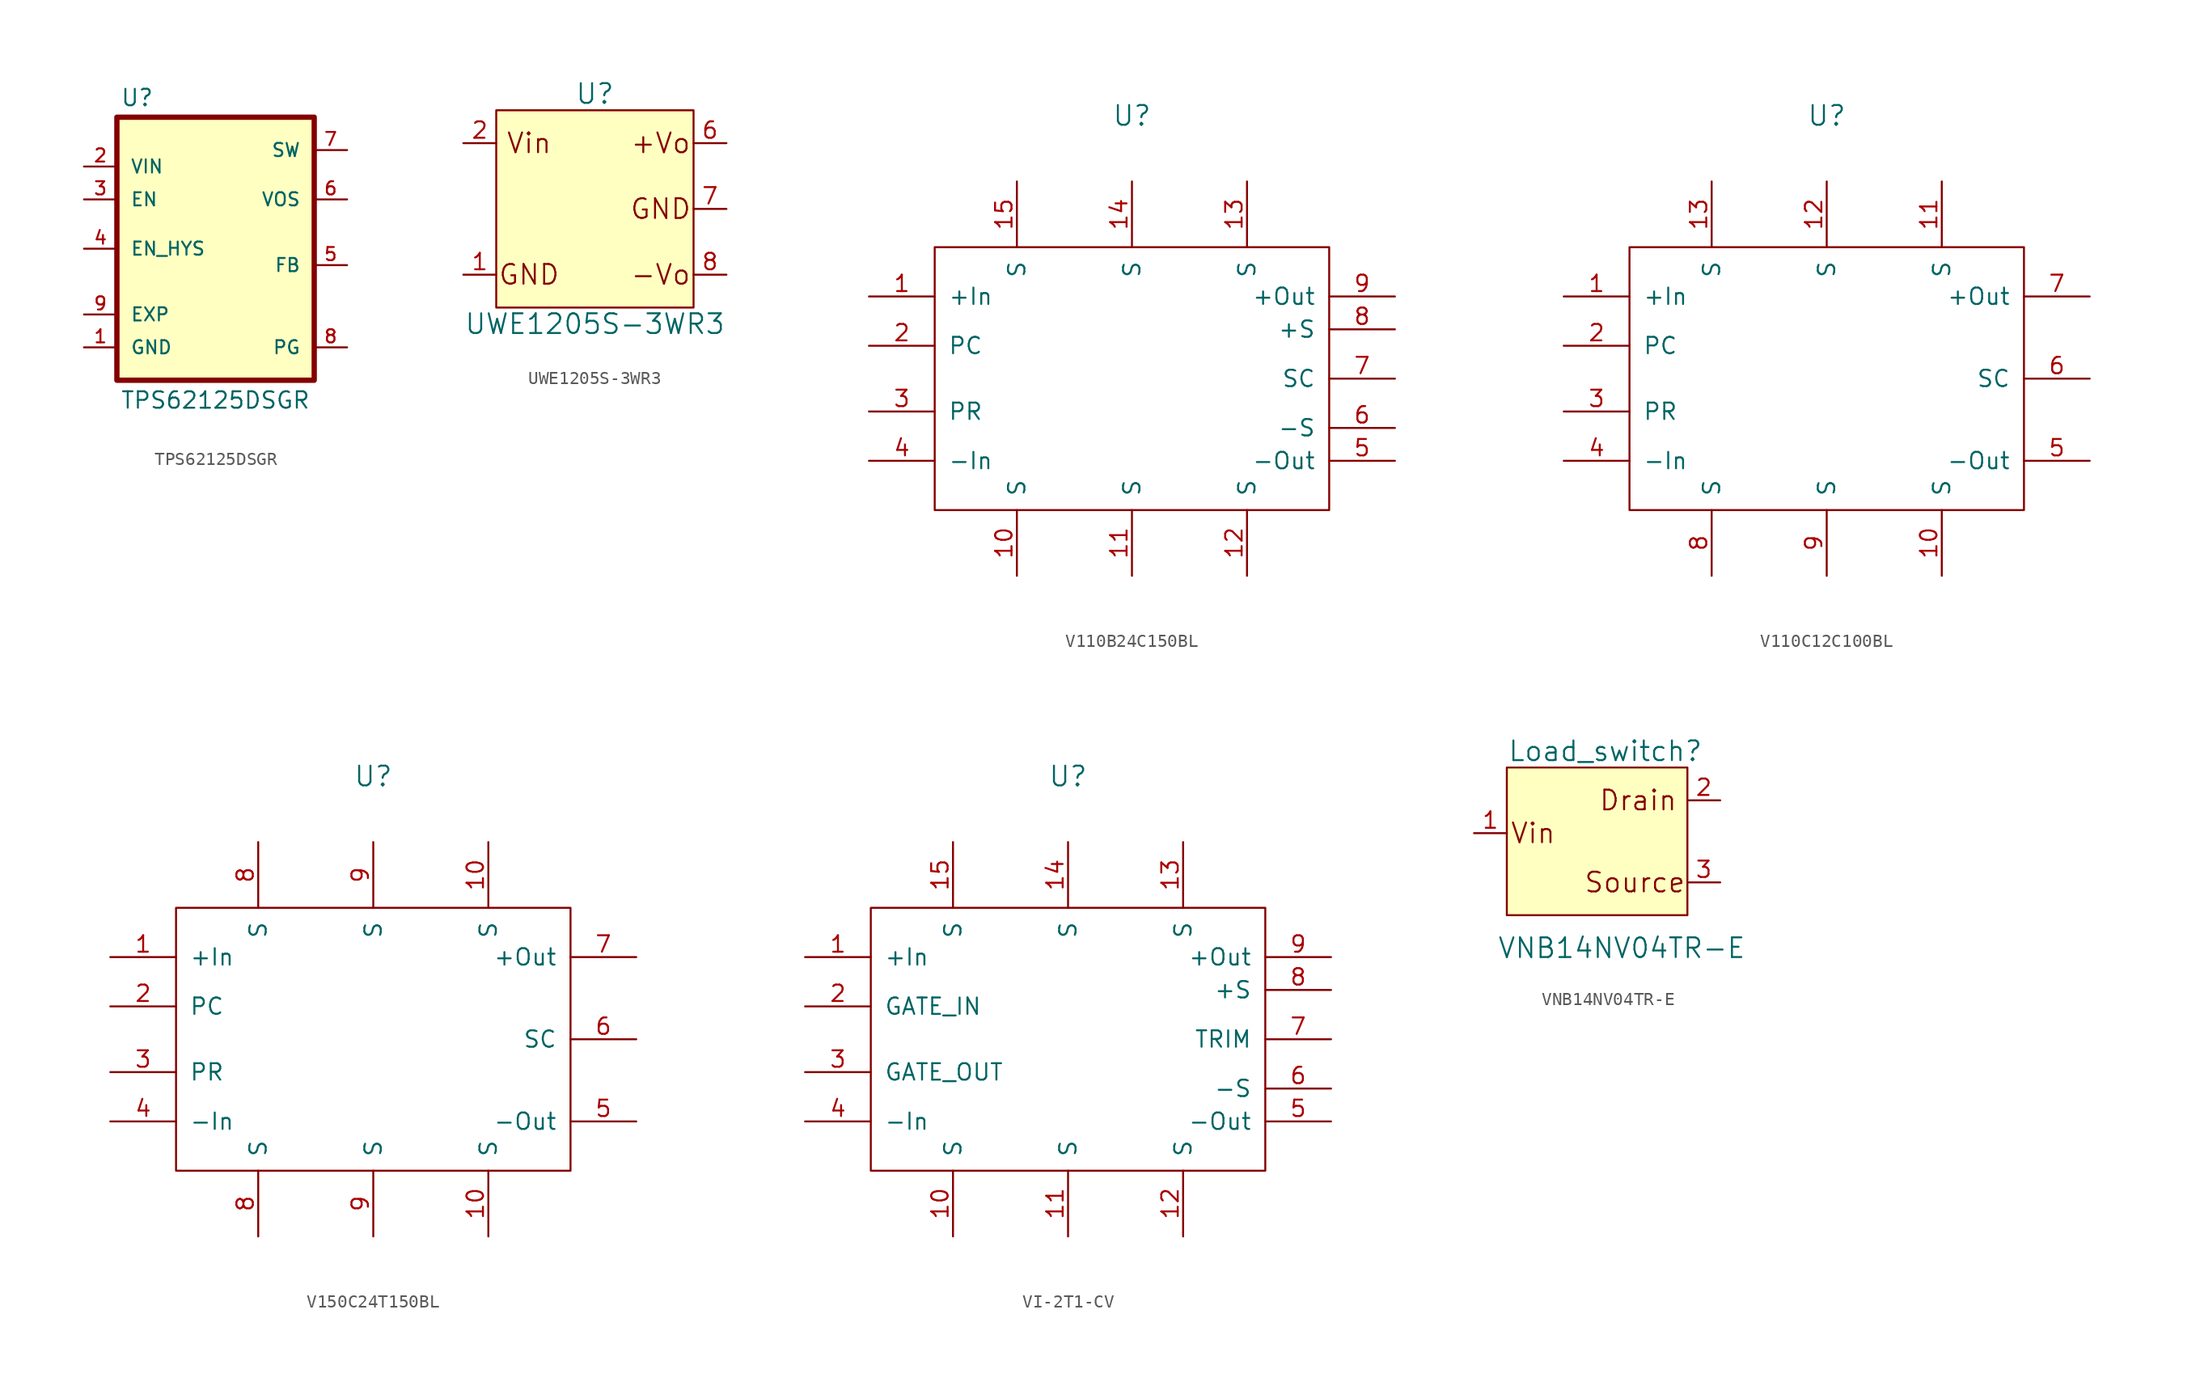
<source format=kicad_sym>
(kicad_symbol_lib
  (version 20241209)
  (generator "kicad_symbol_editor")
  (generator_version "9.0")
  (symbol "TPS62125DSGR"
    (pin_names
      (offset 1.016))
    (property "Reference" "U"
      (at -7.366 10.922 0)
      (effects (font (size 1.27 1.27)) (justify left bottom)))
    (property "Value" "TPS62125DSGR"
      (at -7.366 -12.446 0)
      (effects (font (size 1.27 1.27)) (justify left bottom)))
    (symbol "TPS62125DSGR_0_0"
      (rectangle (start -7.62 10.16) (end 7.62 -10.16) (stroke (width 0.41) (type default)) (fill (type background)))
      (pin input line (at -10.16 3.81 0) (length 2.54) (name "EN" (effects (font (size 1.016 1.016)))) (number "3" (effects (font (size 1.016 1.016)))))
      (pin output line (at -10.16 0 0) (length 2.54) (name "EN_HYS" (effects (font (size 1.016 1.016)))) (number "4" (effects (font (size 1.016 1.016)))))
      (pin passive line (at -10.16 -5.08 0) (length 2.54) (name "EXP" (effects (font (size 1.016 1.016)))) (number "9" (effects (font (size 1.016 1.016)))))
      (pin power_in line (at -10.16 -7.62 0) (length 2.54) (name "GND" (effects (font (size 1.016 1.016)))) (number "1" (effects (font (size 1.016 1.016)))))
      (pin output line (at 10.16 7.62 180) (length 2.54) (name "SW" (effects (font (size 1.016 1.016)))) (number "7" (effects (font (size 1.016 1.016)))))
      (pin input line (at 10.16 3.81 180) (length 2.54) (name "VOS" (effects (font (size 1.016 1.016)))) (number "6" (effects (font (size 1.016 1.016)))))
      (pin input line (at 10.16 -1.27 180) (length 2.54) (name "FB" (effects (font (size 1.016 1.016)))) (number "5" (effects (font (size 1.016 1.016)))))
      (pin output line (at 10.16 -7.62 180) (length 2.54) (name "PG" (effects (font (size 1.016 1.016)))) (number "8" (effects (font (size 1.016 1.016))))))
    (symbol "TPS62125DSGR_1_0"
      (pin power_in line (at -10.16 6.35 0) (length 2.54) (name "VIN" (effects (font (size 1.016 1.016)))) (number "2" (effects (font (size 1.016 1.016)))))))
  (symbol "UWE1205S-3WR3"
    (pin_names
      (offset 0)
      (hide yes))
    (property "Reference" "U"
      (at 0 8.89 0)
      (effects (font (size 1.524 1.524))))
    (property "Value" "UWE1205S-3WR3"
      (at 0 -8.89 0)
      (effects (font (size 1.524 1.524))))
    (symbol "UWE1205S-3WR3_0_0"
      (rectangle (start -7.62 7.62) (end 7.62 -7.62) (stroke (width 0) (type default)) (fill (type background)))
      (text "Vin" (at -5.08 5.08 0) (effects (font (size 1.524 1.524))))
      (text "GND" (at -5.08 -5.08 0) (effects (font (size 1.524 1.524))))
      (text "+Vo" (at 5.08 5.08 0) (effects (font (size 1.524 1.524))))
      (text "GND" (at 5.08 0 0) (effects (font (size 1.524 1.524))))
      (text "-Vo" (at 5.08 -5.08 0) (effects (font (size 1.524 1.524)))))
    (symbol "UWE1205S-3WR3_1_1"
      (pin input line (at -10.16 5.08 0) (length 2.54) (name "Vin" (effects (font (size 1.27 1.27)))) (number "2" (effects (font (size 1.27 1.27)))))
      (pin input line (at -10.16 -5.08 0) (length 2.54) (name "GND_in" (effects (font (size 1.27 1.27)))) (number "1" (effects (font (size 1.27 1.27)))))
      (pin input line (at 10.16 5.08 180) (length 2.54) (name "VOP" (effects (font (size 1.27 1.27)))) (number "6" (effects (font (size 1.27 1.27)))))
      (pin input line (at 10.16 0 180) (length 2.54) (name "GND_out" (effects (font (size 1.27 1.27)))) (number "7" (effects (font (size 1.27 1.27)))))
      (pin input line (at 10.16 -5.08 180) (length 2.54) (name "VON" (effects (font (size 1.27 1.27)))) (number "8" (effects (font (size 1.27 1.27)))))))
  (symbol "V110B24C150BL"
    (pin_names
      (offset 1.016))
    (property "Reference" "U"
      (at 0 20.32 0)
      (effects (font (size 1.524 1.524))))
    (symbol "V110B24C150BL_0_1"
      (rectangle (start -15.24 10.16) (end 15.24 -10.16) (stroke (width 0) (type default)) (fill (type none))))
    (symbol "V110B24C150BL_1_1"
      (pin input line (at -20.32 6.35 0) (length 5.08) (name "+In" (effects (font (size 1.27 1.27)))) (number "1" (effects (font (size 1.27 1.27)))))
      (pin input line (at -20.32 2.54 0) (length 5.08) (name "PC" (effects (font (size 1.27 1.27)))) (number "2" (effects (font (size 1.27 1.27)))))
      (pin input line (at -20.32 -2.54 0) (length 5.08) (name "PR" (effects (font (size 1.27 1.27)))) (number "3" (effects (font (size 1.27 1.27)))))
      (pin input line (at -20.32 -6.35 0) (length 5.08) (name "-In" (effects (font (size 1.27 1.27)))) (number "4" (effects (font (size 1.27 1.27)))))
      (pin input line (at -8.89 15.24 270) (length 5.08) (name "S" (effects (font (size 1.27 1.27)))) (number "15" (effects (font (size 1.27 1.27)))))
      (pin input line (at -8.89 -15.24 90) (length 5.08) (name "S" (effects (font (size 1.27 1.27)))) (number "10" (effects (font (size 1.27 1.27)))))
      (pin input line (at 0 15.24 270) (length 5.08) (name "S" (effects (font (size 1.27 1.27)))) (number "14" (effects (font (size 1.27 1.27)))))
      (pin input line (at 0 -15.24 90) (length 5.08) (name "S" (effects (font (size 1.27 1.27)))) (number "11" (effects (font (size 1.27 1.27)))))
      (pin input line (at 8.89 15.24 270) (length 5.08) (name "S" (effects (font (size 1.27 1.27)))) (number "13" (effects (font (size 1.27 1.27)))))
      (pin input line (at 8.89 -15.24 90) (length 5.08) (name "S" (effects (font (size 1.27 1.27)))) (number "12" (effects (font (size 1.27 1.27)))))
      (pin input line (at 20.32 6.35 180) (length 5.08) (name "+Out" (effects (font (size 1.27 1.27)))) (number "9" (effects (font (size 1.27 1.27)))))
      (pin input line (at 20.32 3.81 180) (length 5.08) (name "+S" (effects (font (size 1.27 1.27)))) (number "8" (effects (font (size 1.27 1.27)))))
      (pin input line (at 20.32 0 180) (length 5.08) (name "SC" (effects (font (size 1.27 1.27)))) (number "7" (effects (font (size 1.27 1.27)))))
      (pin input line (at 20.32 -3.81 180) (length 5.08) (name "-S" (effects (font (size 1.27 1.27)))) (number "6" (effects (font (size 1.27 1.27)))))
      (pin input line (at 20.32 -6.35 180) (length 5.08) (name "-Out" (effects (font (size 1.27 1.27)))) (number "5" (effects (font (size 1.27 1.27)))))))
  (symbol "V110C12C100BL"
    (pin_names
      (offset 1.016))
    (property "Reference" "U"
      (at 0 20.32 0)
      (effects (font (size 1.524 1.524))))
    (symbol "V110C12C100BL_0_1"
      (rectangle (start -15.24 10.16) (end 15.24 -10.16) (stroke (width 0) (type default)) (fill (type none))))
    (symbol "V110C12C100BL_1_1"
      (pin input line (at -20.32 6.35 0) (length 5.08) (name "+In" (effects (font (size 1.27 1.27)))) (number "1" (effects (font (size 1.27 1.27)))))
      (pin input line (at -20.32 2.54 0) (length 5.08) (name "PC" (effects (font (size 1.27 1.27)))) (number "2" (effects (font (size 1.27 1.27)))))
      (pin input line (at -20.32 -2.54 0) (length 5.08) (name "PR" (effects (font (size 1.27 1.27)))) (number "3" (effects (font (size 1.27 1.27)))))
      (pin input line (at -20.32 -6.35 0) (length 5.08) (name "-In" (effects (font (size 1.27 1.27)))) (number "4" (effects (font (size 1.27 1.27)))))
      (pin input line (at -8.89 15.24 270) (length 5.08) (name "S" (effects (font (size 1.27 1.27)))) (number "13" (effects (font (size 1.27 1.27)))))
      (pin input line (at -8.89 -15.24 90) (length 5.08) (name "S" (effects (font (size 1.27 1.27)))) (number "8" (effects (font (size 1.27 1.27)))))
      (pin input line (at 0 15.24 270) (length 5.08) (name "S" (effects (font (size 1.27 1.27)))) (number "12" (effects (font (size 1.27 1.27)))))
      (pin input line (at 0 -15.24 90) (length 5.08) (name "S" (effects (font (size 1.27 1.27)))) (number "9" (effects (font (size 1.27 1.27)))))
      (pin input line (at 8.89 15.24 270) (length 5.08) (name "S" (effects (font (size 1.27 1.27)))) (number "11" (effects (font (size 1.27 1.27)))))
      (pin input line (at 8.89 -15.24 90) (length 5.08) (name "S" (effects (font (size 1.27 1.27)))) (number "10" (effects (font (size 1.27 1.27)))))
      (pin input line (at 20.32 6.35 180) (length 5.08) (name "+Out" (effects (font (size 1.27 1.27)))) (number "7" (effects (font (size 1.27 1.27)))))
      (pin input line (at 20.32 0 180) (length 5.08) (name "SC" (effects (font (size 1.27 1.27)))) (number "6" (effects (font (size 1.27 1.27)))))
      (pin input line (at 20.32 -6.35 180) (length 5.08) (name "-Out" (effects (font (size 1.27 1.27)))) (number "5" (effects (font (size 1.27 1.27)))))))
  (symbol "V150C24T150BL"
    (pin_names
      (offset 1.016))
    (property "Reference" "U"
      (at 0 20.32 0)
      (effects (font (size 1.524 1.524))))
    (symbol "V150C24T150BL_0_1"
      (rectangle (start -15.24 10.16) (end 15.24 -10.16) (stroke (width 0) (type default)) (fill (type none))))
    (symbol "V150C24T150BL_1_1"
      (pin input line (at -20.32 6.35 0) (length 5.08) (name "+In" (effects (font (size 1.27 1.27)))) (number "1" (effects (font (size 1.27 1.27)))))
      (pin input line (at -20.32 2.54 0) (length 5.08) (name "PC" (effects (font (size 1.27 1.27)))) (number "2" (effects (font (size 1.27 1.27)))))
      (pin input line (at -20.32 -2.54 0) (length 5.08) (name "PR" (effects (font (size 1.27 1.27)))) (number "3" (effects (font (size 1.27 1.27)))))
      (pin input line (at -20.32 -6.35 0) (length 5.08) (name "-In" (effects (font (size 1.27 1.27)))) (number "4" (effects (font (size 1.27 1.27)))))
      (pin input line (at -8.89 15.24 270) (length 5.08) (name "S" (effects (font (size 1.27 1.27)))) (number "8" (effects (font (size 1.27 1.27)))))
      (pin input line (at -8.89 -15.24 90) (length 5.08) (name "S" (effects (font (size 1.27 1.27)))) (number "8" (effects (font (size 1.27 1.27)))))
      (pin input line (at 0 15.24 270) (length 5.08) (name "S" (effects (font (size 1.27 1.27)))) (number "9" (effects (font (size 1.27 1.27)))))
      (pin input line (at 0 -15.24 90) (length 5.08) (name "S" (effects (font (size 1.27 1.27)))) (number "9" (effects (font (size 1.27 1.27)))))
      (pin input line (at 8.89 15.24 270) (length 5.08) (name "S" (effects (font (size 1.27 1.27)))) (number "10" (effects (font (size 1.27 1.27)))))
      (pin input line (at 8.89 -15.24 90) (length 5.08) (name "S" (effects (font (size 1.27 1.27)))) (number "10" (effects (font (size 1.27 1.27)))))
      (pin input line (at 20.32 6.35 180) (length 5.08) (name "+Out" (effects (font (size 1.27 1.27)))) (number "7" (effects (font (size 1.27 1.27)))))
      (pin input line (at 20.32 0 180) (length 5.08) (name "SC" (effects (font (size 1.27 1.27)))) (number "6" (effects (font (size 1.27 1.27)))))
      (pin input line (at 20.32 -6.35 180) (length 5.08) (name "-Out" (effects (font (size 1.27 1.27)))) (number "5" (effects (font (size 1.27 1.27)))))))
  (symbol "VI-2T1-CV"
    (pin_names
      (offset 1.016))
    (property "Reference" "U"
      (at 0 20.32 0)
      (effects (font (size 1.524 1.524))))
    (symbol "VI-2T1-CV_0_1"
      (rectangle (start -15.24 10.16) (end 15.24 -10.16) (stroke (width 0) (type default)) (fill (type none))))
    (symbol "VI-2T1-CV_1_1"
      (pin input line (at -20.32 6.35 0) (length 5.08) (name "+In" (effects (font (size 1.27 1.27)))) (number "1" (effects (font (size 1.27 1.27)))))
      (pin input line (at -20.32 2.54 0) (length 5.08) (name "GATE_IN" (effects (font (size 1.27 1.27)))) (number "2" (effects (font (size 1.27 1.27)))))
      (pin input line (at -20.32 -2.54 0) (length 5.08) (name "GATE_OUT" (effects (font (size 1.27 1.27)))) (number "3" (effects (font (size 1.27 1.27)))))
      (pin input line (at -20.32 -6.35 0) (length 5.08) (name "-In" (effects (font (size 1.27 1.27)))) (number "4" (effects (font (size 1.27 1.27)))))
      (pin input line (at -8.89 15.24 270) (length 5.08) (name "S" (effects (font (size 1.27 1.27)))) (number "15" (effects (font (size 1.27 1.27)))))
      (pin input line (at -8.89 -15.24 90) (length 5.08) (name "S" (effects (font (size 1.27 1.27)))) (number "10" (effects (font (size 1.27 1.27)))))
      (pin input line (at 0 15.24 270) (length 5.08) (name "S" (effects (font (size 1.27 1.27)))) (number "14" (effects (font (size 1.27 1.27)))))
      (pin input line (at 0 -15.24 90) (length 5.08) (name "S" (effects (font (size 1.27 1.27)))) (number "11" (effects (font (size 1.27 1.27)))))
      (pin input line (at 8.89 15.24 270) (length 5.08) (name "S" (effects (font (size 1.27 1.27)))) (number "13" (effects (font (size 1.27 1.27)))))
      (pin input line (at 8.89 -15.24 90) (length 5.08) (name "S" (effects (font (size 1.27 1.27)))) (number "12" (effects (font (size 1.27 1.27)))))
      (pin input line (at 20.32 6.35 180) (length 5.08) (name "+Out" (effects (font (size 1.27 1.27)))) (number "9" (effects (font (size 1.27 1.27)))))
      (pin input line (at 20.32 3.81 180) (length 5.08) (name "+S" (effects (font (size 1.27 1.27)))) (number "8" (effects (font (size 1.27 1.27)))))
      (pin input line (at 20.32 0 180) (length 5.08) (name "TRIM" (effects (font (size 1.27 1.27)))) (number "7" (effects (font (size 1.27 1.27)))))
      (pin input line (at 20.32 -3.81 180) (length 5.08) (name "-S" (effects (font (size 1.27 1.27)))) (number "6" (effects (font (size 1.27 1.27)))))
      (pin input line (at 20.32 -6.35 180) (length 5.08) (name "-Out" (effects (font (size 1.27 1.27)))) (number "5" (effects (font (size 1.27 1.27)))))))
  (symbol "VNB14NV04TR-E"
    (pin_names
      (offset 0)
      (hide yes))
    (property "Reference" "Load_switch"
      (at -1.27 5.08 0)
      (effects (font (size 1.524 1.524))))
    (property "Value" "VNB14NV04TR-E"
      (at 0 -10.16 0)
      (effects (font (size 1.524 1.524))))
    (symbol "VNB14NV04TR-E_0_0"
      (rectangle (start -8.89 -7.62) (end 5.08 3.81) (stroke (width 0) (type default)) (fill (type background)))
      (text "Vin" (at -6.858 -1.27 0) (effects (font (size 1.524 1.524))))
      (text "Source" (at 1.016 -5.08 0) (effects (font (size 1.524 1.524))))
      (text "Drain" (at 1.27 1.27 0) (effects (font (size 1.524 1.524)))))
    (symbol "VNB14NV04TR-E_1_1"
      (pin input line (at -11.43 -1.27 0) (length 2.54) (name "Vin" (effects (font (size 1.27 1.27)))) (number "1" (effects (font (size 1.27 1.27)))))
      (pin input line (at 7.62 1.27 180) (length 2.54) (name "Vout_(TAB)" (effects (font (size 1.27 1.27)))) (number "2" (effects (font (size 1.27 1.27)))))
      (pin input line (at 7.62 -5.08 180) (length 2.54) (name "Vout" (effects (font (size 1.27 1.27)))) (number "3" (effects (font (size 1.27 1.27))))))))
</source>
